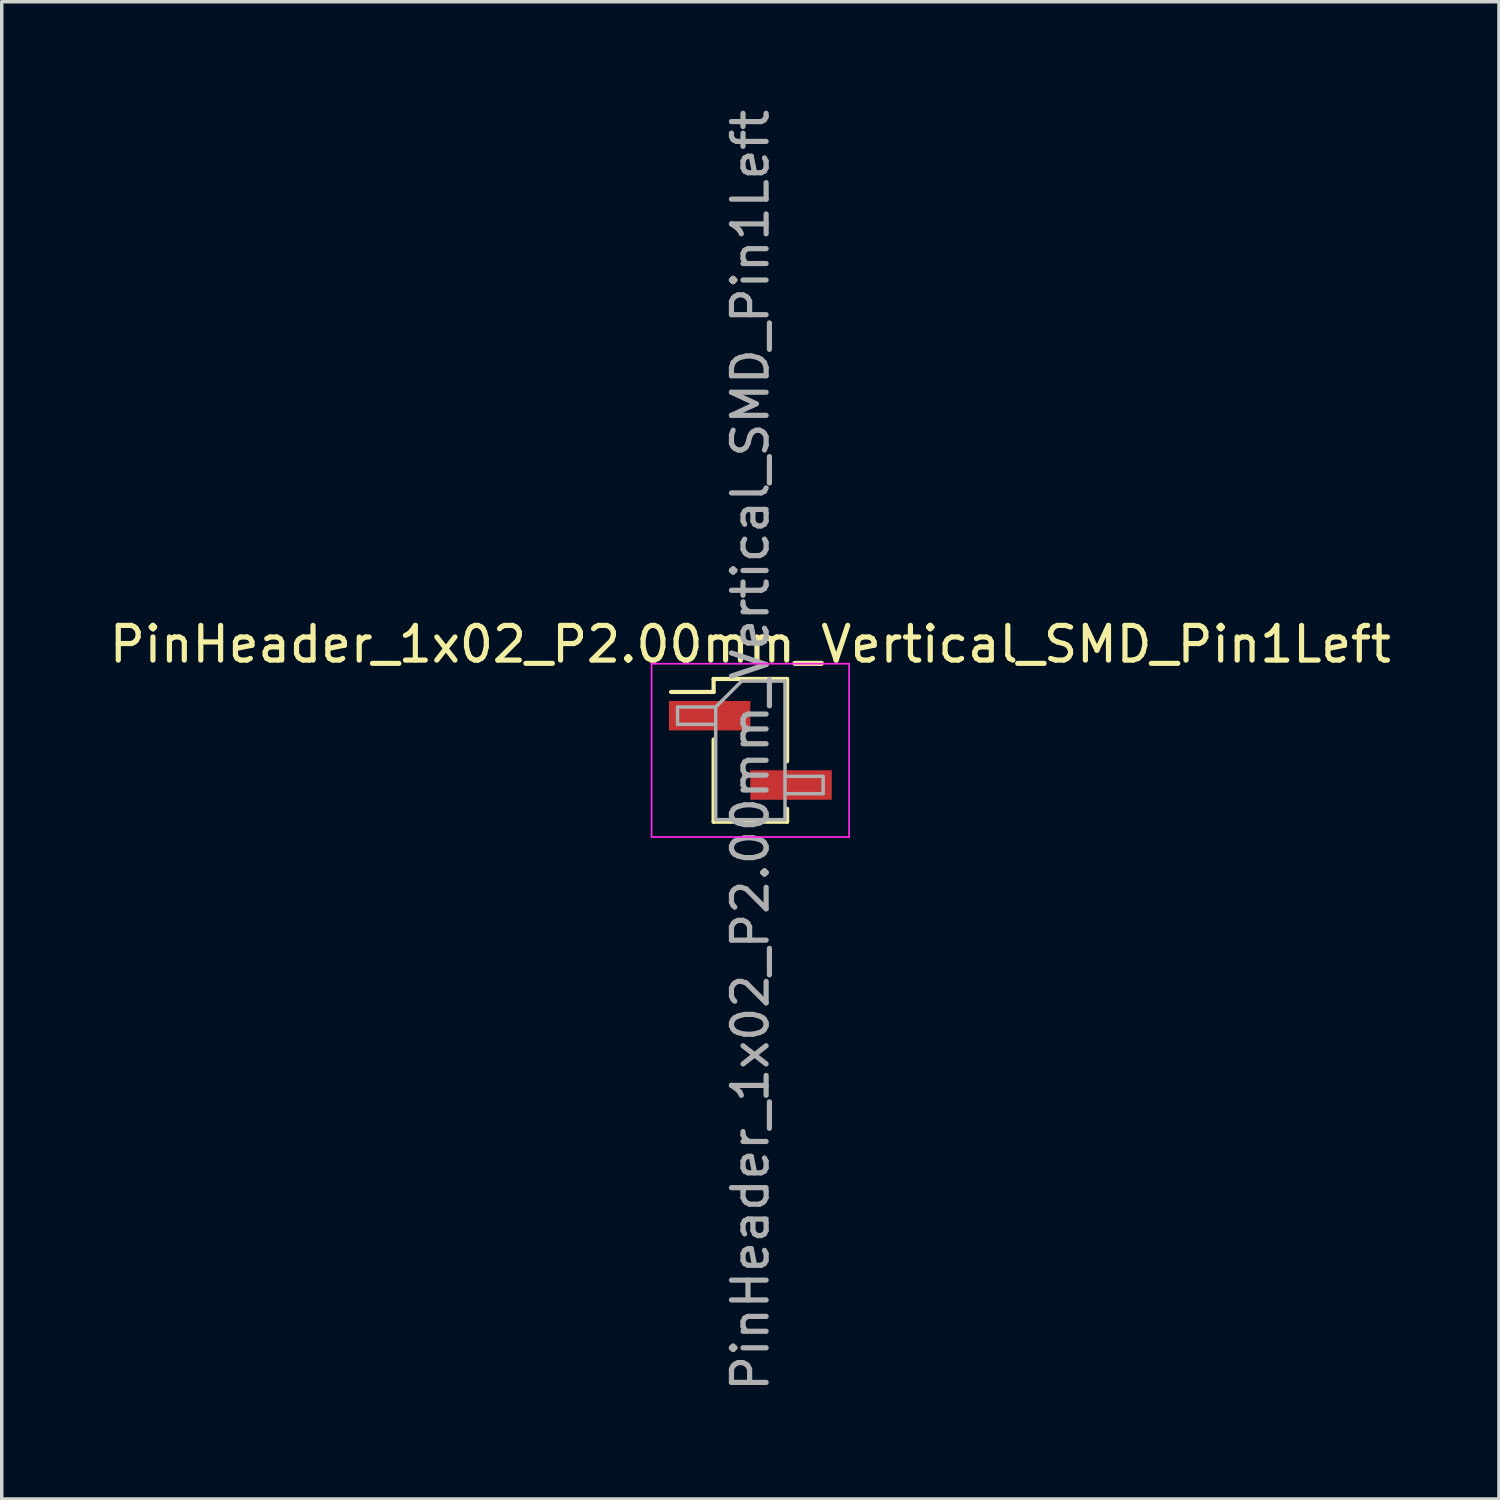
<source format=kicad_pcb>
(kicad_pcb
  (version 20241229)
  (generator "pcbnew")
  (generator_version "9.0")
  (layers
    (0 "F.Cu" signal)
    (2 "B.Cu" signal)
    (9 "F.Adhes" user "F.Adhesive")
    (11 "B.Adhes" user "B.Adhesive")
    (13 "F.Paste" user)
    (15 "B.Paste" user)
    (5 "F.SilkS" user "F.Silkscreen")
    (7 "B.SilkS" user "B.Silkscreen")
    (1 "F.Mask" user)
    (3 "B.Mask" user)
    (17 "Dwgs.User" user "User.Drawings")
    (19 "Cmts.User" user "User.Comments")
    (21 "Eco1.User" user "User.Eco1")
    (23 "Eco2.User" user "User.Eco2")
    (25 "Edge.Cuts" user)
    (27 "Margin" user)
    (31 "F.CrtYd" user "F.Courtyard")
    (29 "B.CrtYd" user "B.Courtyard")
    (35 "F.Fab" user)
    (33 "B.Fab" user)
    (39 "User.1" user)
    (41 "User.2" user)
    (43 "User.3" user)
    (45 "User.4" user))
  (footprint "PinHeader_1x02_P2.00mm_Vertical_SMD_Pin1Left"
    (layer "F.Cu")
    (at 18.601 18.601)
    (property "Reference" "PinHeader_1x02_P2.00mm_Vertical_SMD_Pin1Left" (at 0 -3.06 0) (layer "F.SilkS") (effects (font (size 1 1) (thickness 0.15))))
    (attr smd)
    (fp_line (start -1.06 -2.06) (end -1.06 -1.685) (stroke (width 0.12) (type solid)) (layer "F.SilkS"))
    (fp_line (start -1.06 -2.06) (end 1.06 -2.06) (stroke (width 0.12) (type solid)) (layer "F.SilkS"))
    (fp_line (start -1.06 -1.685) (end -2.29 -1.685) (stroke (width 0.12) (type solid)) (layer "F.SilkS"))
    (fp_line (start -1.06 -0.315) (end -1.06 2.06) (stroke (width 0.12) (type solid)) (layer "F.SilkS"))
    (fp_line (start -1.06 2.06) (end 1.06 2.06) (stroke (width 0.12) (type solid)) (layer "F.SilkS"))
    (fp_line (start 1.06 -2.06) (end 1.06 0.315) (stroke (width 0.12) (type solid)) (layer "F.SilkS"))
    (fp_line (start 1.06 1.685) (end 1.06 2.06) (stroke (width 0.12) (type solid)) (layer "F.SilkS"))
    (fp_line (start -2.85 -2.5) (end -2.85 2.5) (stroke (width 0.05) (type solid)) (layer "F.CrtYd"))
    (fp_line (start -2.85 2.5) (end 2.85 2.5) (stroke (width 0.05) (type solid)) (layer "F.CrtYd"))
    (fp_line (start 2.85 -2.5) (end -2.85 -2.5) (stroke (width 0.05) (type solid)) (layer "F.CrtYd"))
    (fp_line (start 2.85 2.5) (end 2.85 -2.5) (stroke (width 0.05) (type solid)) (layer "F.CrtYd"))
    (fp_line (start -2.1 -1.25) (end -2.1 -0.75) (stroke (width 0.1) (type solid)) (layer "F.Fab"))
    (fp_line (start -2.1 -0.75) (end -1 -0.75) (stroke (width 0.1) (type solid)) (layer "F.Fab"))
    (fp_line (start -1 -1.25) (end -2.1 -1.25) (stroke (width 0.1) (type solid)) (layer "F.Fab"))
    (fp_line (start -1 -1.25) (end -0.25 -2) (stroke (width 0.1) (type solid)) (layer "F.Fab"))
    (fp_line (start -1 2) (end -1 -1.25) (stroke (width 0.1) (type solid)) (layer "F.Fab"))
    (fp_line (start -0.25 -2) (end 1 -2) (stroke (width 0.1) (type solid)) (layer "F.Fab"))
    (fp_line (start 1 -2) (end 1 2) (stroke (width 0.1) (type solid)) (layer "F.Fab"))
    (fp_line (start 1 0.75) (end 2.1 0.75) (stroke (width 0.1) (type solid)) (layer "F.Fab"))
    (fp_line (start 1 2) (end -1 2) (stroke (width 0.1) (type solid)) (layer "F.Fab"))
    (fp_line (start 2.1 0.75) (end 2.1 1.25) (stroke (width 0.1) (type solid)) (layer "F.Fab"))
    (fp_line (start 2.1 1.25) (end 1 1.25) (stroke (width 0.1) (type solid)) (layer "F.Fab"))
    (fp_text user "${REFERENCE}" (at 0 0 90) (layer "F.Fab") (effects (font (size 1 1) (thickness 0.15))))
    (pad "1" smd rect (at -1.175 -1) (size 2.35 0.85) (layers "F.Cu" "F.Mask" "F.Paste"))
    (pad "2" smd rect (at 1.175 1) (size 2.35 0.85) (layers "F.Cu" "F.Mask" "F.Paste")))
  (gr_rect
    (start -3 -3)
    (end 40.202 40.202)
    (stroke (width 0.1) (type default))
    (fill no)
    (layer "Edge.Cuts")))
</source>
